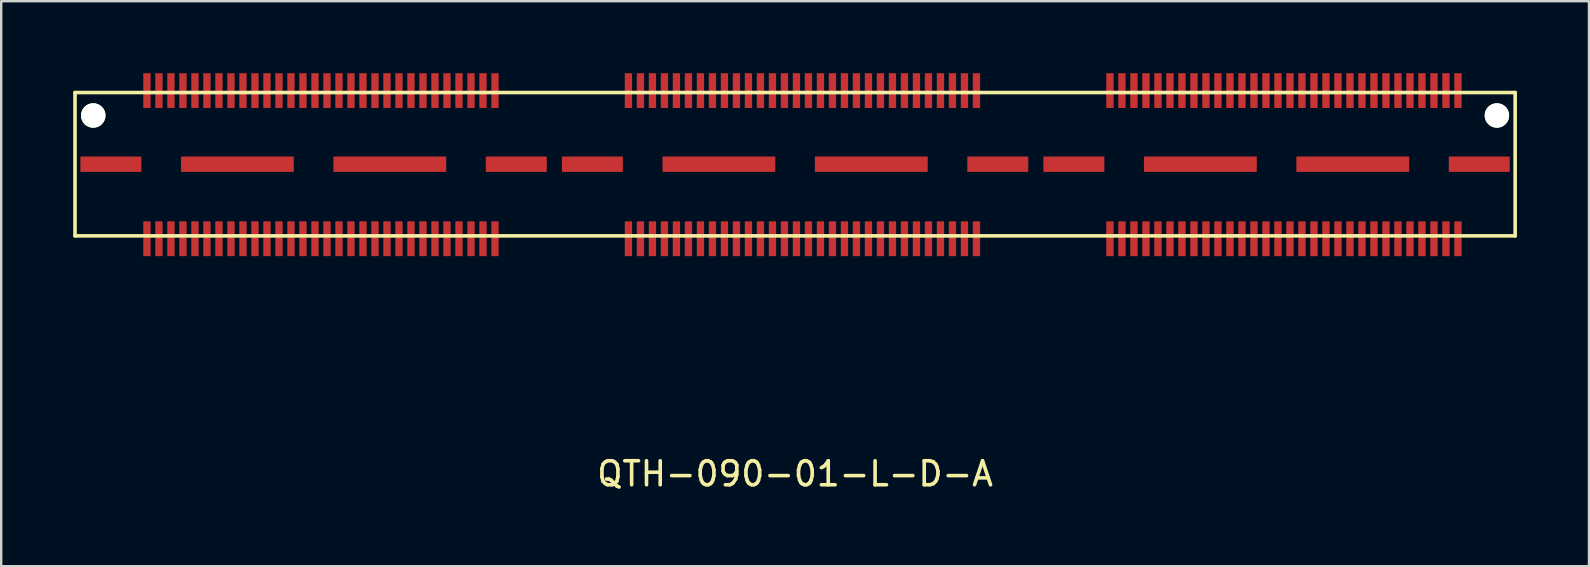
<source format=kicad_pcb>
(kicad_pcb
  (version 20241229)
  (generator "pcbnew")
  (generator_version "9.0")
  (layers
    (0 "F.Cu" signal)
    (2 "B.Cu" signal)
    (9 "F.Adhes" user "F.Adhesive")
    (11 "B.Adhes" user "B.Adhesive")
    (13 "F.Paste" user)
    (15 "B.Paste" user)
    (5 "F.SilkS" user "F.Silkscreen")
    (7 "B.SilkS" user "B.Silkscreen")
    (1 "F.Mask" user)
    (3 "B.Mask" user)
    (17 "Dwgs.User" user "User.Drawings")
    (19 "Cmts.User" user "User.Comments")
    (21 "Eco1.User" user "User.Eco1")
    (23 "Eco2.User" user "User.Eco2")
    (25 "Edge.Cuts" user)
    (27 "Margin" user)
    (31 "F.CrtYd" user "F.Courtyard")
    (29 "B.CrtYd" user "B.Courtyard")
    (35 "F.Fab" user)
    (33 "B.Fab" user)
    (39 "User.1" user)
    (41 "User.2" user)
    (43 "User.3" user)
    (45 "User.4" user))
  (footprint "QTH-090-01-L-D-A"
    (layer "F.Cu")
    (at 30.075 3.791)
    (property "Reference" "QTH-090-01-L-D-A" (at 0 12.9 0) (layer "F.SilkS") (effects (font (size 1 1) (thickness 0.15))))
    (attr through_hole)
    (fp_line (start -30 -2.985) (end -30 2.985) (stroke (width 0.15) (type solid)) (layer "F.SilkS"))
    (fp_line (start -30 2.985) (end 30 2.985) (stroke (width 0.15) (type solid)) (layer "F.SilkS"))
    (fp_line (start 30 -2.985) (end -30 -2.985) (stroke (width 0.15) (type solid)) (layer "F.SilkS"))
    (fp_line (start 30 2.985) (end 30 -2.985) (stroke (width 0.15) (type solid)) (layer "F.SilkS"))
    (pad "" np_thru_hole circle (at -29.24 -2.03) (size 1.02 1.02) (drill 1.02) (layers "*.Cu" "*.Mask" "F.SilkS"))
    (pad "" np_thru_hole circle (at 29.24 -2.03) (size 1.02 1.02) (drill 1.02) (layers "*.Cu" "*.Mask" "F.SilkS"))
    (pad "1" smd rect (at -27.003 -3.066) (size 0.305 1.45) (layers "F.Cu" "F.Mask" "F.Paste"))
    (pad "2" smd rect (at -27.003 3.106) (size 0.305 1.45) (layers "F.Cu" "F.Mask" "F.Paste"))
    (pad "3" smd rect (at -26.503 -3.066) (size 0.305 1.45) (layers "F.Cu" "F.Mask" "F.Paste"))
    (pad "4" smd rect (at -26.503 3.106) (size 0.305 1.45) (layers "F.Cu" "F.Mask" "F.Paste"))
    (pad "5" smd rect (at -25.503 -3.066) (size 0.305 1.45) (layers "F.Cu" "F.Mask" "F.Paste"))
    (pad "6" smd rect (at -25.503 3.106) (size 0.305 1.45) (layers "F.Cu" "F.Mask" "F.Paste"))
    (pad "7" smd rect (at -25.003 -3.066) (size 0.305 1.45) (layers "F.Cu" "F.Mask" "F.Paste"))
    (pad "8" smd rect (at -25.003 3.106) (size 0.305 1.45) (layers "F.Cu" "F.Mask" "F.Paste"))
    (pad "9" smd rect (at -24.003 -3.066) (size 0.305 1.45) (layers "F.Cu" "F.Mask" "F.Paste"))
    (pad "10" smd rect (at -24.003 3.106) (size 0.305 1.45) (layers "F.Cu" "F.Mask" "F.Paste"))
    (pad "11" smd rect (at -23.503 -3.066) (size 0.305 1.45) (layers "F.Cu" "F.Mask" "F.Paste"))
    (pad "12" smd rect (at -23.503 3.106) (size 0.305 1.45) (layers "F.Cu" "F.Mask" "F.Paste"))
    (pad "13" smd rect (at -22.503 -3.066) (size 0.305 1.45) (layers "F.Cu" "F.Mask" "F.Paste"))
    (pad "14" smd rect (at -22.503 3.106) (size 0.305 1.45) (layers "F.Cu" "F.Mask" "F.Paste"))
    (pad "15" smd rect (at -22.003 -3.066) (size 0.305 1.45) (layers "F.Cu" "F.Mask" "F.Paste"))
    (pad "16" smd rect (at -22.003 3.106) (size 0.305 1.45) (layers "F.Cu" "F.Mask" "F.Paste"))
    (pad "17" smd rect (at -21.003 -3.066) (size 0.305 1.45) (layers "F.Cu" "F.Mask" "F.Paste"))
    (pad "18" smd rect (at -21.003 3.106) (size 0.305 1.45) (layers "F.Cu" "F.Mask" "F.Paste"))
    (pad "19" smd rect (at -20.503 -3.066) (size 0.305 1.45) (layers "F.Cu" "F.Mask" "F.Paste"))
    (pad "20" smd rect (at -20.503 3.106) (size 0.305 1.45) (layers "F.Cu" "F.Mask" "F.Paste"))
    (pad "21" smd rect (at -19.503 -3.066) (size 0.305 1.45) (layers "F.Cu" "F.Mask" "F.Paste"))
    (pad "22" smd rect (at -19.503 3.106) (size 0.305 1.45) (layers "F.Cu" "F.Mask" "F.Paste"))
    (pad "23" smd rect (at -19.003 -3.066) (size 0.305 1.45) (layers "F.Cu" "F.Mask" "F.Paste"))
    (pad "24" smd rect (at -19.003 3.106) (size 0.305 1.45) (layers "F.Cu" "F.Mask" "F.Paste"))
    (pad "25" smd rect (at -18.003 -3.066) (size 0.305 1.45) (layers "F.Cu" "F.Mask" "F.Paste"))
    (pad "26" smd rect (at -18.003 3.106) (size 0.305 1.45) (layers "F.Cu" "F.Mask" "F.Paste"))
    (pad "27" smd rect (at -17.503 -3.066) (size 0.305 1.45) (layers "F.Cu" "F.Mask" "F.Paste"))
    (pad "28" smd rect (at -17.503 3.106) (size 0.305 1.45) (layers "F.Cu" "F.Mask" "F.Paste"))
    (pad "29" smd rect (at -16.503 -3.066) (size 0.305 1.45) (layers "F.Cu" "F.Mask" "F.Paste"))
    (pad "30" smd rect (at -16.503 3.106) (size 0.305 1.45) (layers "F.Cu" "F.Mask" "F.Paste"))
    (pad "31" smd rect (at -16.003 -3.066) (size 0.305 1.45) (layers "F.Cu" "F.Mask" "F.Paste"))
    (pad "32" smd rect (at -16.003 3.106) (size 0.305 1.45) (layers "F.Cu" "F.Mask" "F.Paste"))
    (pad "33" smd rect (at -15.003 -3.066) (size 0.305 1.45) (layers "F.Cu" "F.Mask" "F.Paste"))
    (pad "34" smd rect (at -15.003 3.106) (size 0.305 1.45) (layers "F.Cu" "F.Mask" "F.Paste"))
    (pad "35" smd rect (at -14.503 -3.066) (size 0.305 1.45) (layers "F.Cu" "F.Mask" "F.Paste"))
    (pad "36" smd rect (at -14.503 3.106) (size 0.305 1.45) (layers "F.Cu" "F.Mask" "F.Paste"))
    (pad "37" smd rect (at -13.503 -3.066) (size 0.305 1.45) (layers "F.Cu" "F.Mask" "F.Paste"))
    (pad "38" smd rect (at -13.503 3.106) (size 0.305 1.45) (layers "F.Cu" "F.Mask" "F.Paste"))
    (pad "39" smd rect (at -13.003 -3.066) (size 0.305 1.45) (layers "F.Cu" "F.Mask" "F.Paste"))
    (pad "40" smd rect (at -13.003 3.106) (size 0.305 1.45) (layers "F.Cu" "F.Mask" "F.Paste"))
    (pad "41" smd rect (at -6.943 -3.066) (size 0.305 1.45) (layers "F.Cu" "F.Mask" "F.Paste"))
    (pad "42" smd rect (at -6.943 3.106) (size 0.305 1.45) (layers "F.Cu" "F.Mask" "F.Paste"))
    (pad "43" smd rect (at -6.443 -3.066) (size 0.305 1.45) (layers "F.Cu" "F.Mask" "F.Paste"))
    (pad "44" smd rect (at -6.443 3.106) (size 0.305 1.45) (layers "F.Cu" "F.Mask" "F.Paste"))
    (pad "45" smd rect (at -5.943 -3.066) (size 0.305 1.45) (layers "F.Cu" "F.Mask" "F.Paste"))
    (pad "46" smd rect (at -5.943 3.106) (size 0.305 1.45) (layers "F.Cu" "F.Mask" "F.Paste"))
    (pad "47" smd rect (at -5.443 -3.066) (size 0.305 1.45) (layers "F.Cu" "F.Mask" "F.Paste"))
    (pad "48" smd rect (at -5.443 3.106) (size 0.305 1.45) (layers "F.Cu" "F.Mask" "F.Paste"))
    (pad "49" smd rect (at -4.943 -3.066) (size 0.305 1.45) (layers "F.Cu" "F.Mask" "F.Paste"))
    (pad "50" smd rect (at -4.943 3.106) (size 0.305 1.45) (layers "F.Cu" "F.Mask" "F.Paste"))
    (pad "51" smd rect (at -4.443 -3.066) (size 0.305 1.45) (layers "F.Cu" "F.Mask" "F.Paste"))
    (pad "52" smd rect (at -4.443 3.106) (size 0.305 1.45) (layers "F.Cu" "F.Mask" "F.Paste"))
    (pad "53" smd rect (at -3.943 -3.066) (size 0.305 1.45) (layers "F.Cu" "F.Mask" "F.Paste"))
    (pad "54" smd rect (at -3.943 3.106) (size 0.305 1.45) (layers "F.Cu" "F.Mask" "F.Paste"))
    (pad "55" smd rect (at -3.443 -3.066) (size 0.305 1.45) (layers "F.Cu" "F.Mask" "F.Paste"))
    (pad "56" smd rect (at -3.443 3.106) (size 0.305 1.45) (layers "F.Cu" "F.Mask" "F.Paste"))
    (pad "57" smd rect (at -2.943 -3.066) (size 0.305 1.45) (layers "F.Cu" "F.Mask" "F.Paste"))
    (pad "58" smd rect (at -2.943 3.106) (size 0.305 1.45) (layers "F.Cu" "F.Mask" "F.Paste"))
    (pad "59" smd rect (at -2.443 -3.066) (size 0.305 1.45) (layers "F.Cu" "F.Mask" "F.Paste"))
    (pad "60" smd rect (at -2.443 3.106) (size 0.305 1.45) (layers "F.Cu" "F.Mask" "F.Paste"))
    (pad "61" smd rect (at -1.943 -3.066) (size 0.305 1.45) (layers "F.Cu" "F.Mask" "F.Paste"))
    (pad "62" smd rect (at -1.943 3.106) (size 0.305 1.45) (layers "F.Cu" "F.Mask" "F.Paste"))
    (pad "63" smd rect (at -1.443 -3.066) (size 0.305 1.45) (layers "F.Cu" "F.Mask" "F.Paste"))
    (pad "64" smd rect (at -1.443 3.106) (size 0.305 1.45) (layers "F.Cu" "F.Mask" "F.Paste"))
    (pad "65" smd rect (at -0.943 -3.066) (size 0.305 1.45) (layers "F.Cu" "F.Mask" "F.Paste"))
    (pad "66" smd rect (at -0.943 3.106) (size 0.305 1.45) (layers "F.Cu" "F.Mask" "F.Paste"))
    (pad "67" smd rect (at -0.443 -3.066) (size 0.305 1.45) (layers "F.Cu" "F.Mask" "F.Paste"))
    (pad "68" smd rect (at -0.443 3.106) (size 0.305 1.45) (layers "F.Cu" "F.Mask" "F.Paste"))
    (pad "69" smd rect (at 0.057 -3.066) (size 0.305 1.45) (layers "F.Cu" "F.Mask" "F.Paste"))
    (pad "70" smd rect (at 0.057 3.106) (size 0.305 1.45) (layers "F.Cu" "F.Mask" "F.Paste"))
    (pad "71" smd rect (at 0.557 -3.066) (size 0.305 1.45) (layers "F.Cu" "F.Mask" "F.Paste"))
    (pad "72" smd rect (at 0.557 3.106) (size 0.305 1.45) (layers "F.Cu" "F.Mask" "F.Paste"))
    (pad "73" smd rect (at 1.057 -3.066) (size 0.305 1.45) (layers "F.Cu" "F.Mask" "F.Paste"))
    (pad "74" smd rect (at 1.057 3.106) (size 0.305 1.45) (layers "F.Cu" "F.Mask" "F.Paste"))
    (pad "75" smd rect (at 1.557 -3.066) (size 0.305 1.45) (layers "F.Cu" "F.Mask" "F.Paste"))
    (pad "76" smd rect (at 1.557 3.106) (size 0.305 1.45) (layers "F.Cu" "F.Mask" "F.Paste"))
    (pad "77" smd rect (at 2.057 -3.066) (size 0.305 1.45) (layers "F.Cu" "F.Mask" "F.Paste"))
    (pad "78" smd rect (at 2.057 3.106) (size 0.305 1.45) (layers "F.Cu" "F.Mask" "F.Paste"))
    (pad "79" smd rect (at 2.557 -3.066) (size 0.305 1.45) (layers "F.Cu" "F.Mask" "F.Paste"))
    (pad "80" smd rect (at 2.557 3.106) (size 0.305 1.45) (layers "F.Cu" "F.Mask" "F.Paste"))
    (pad "81" smd rect (at 3.057 -3.066) (size 0.305 1.45) (layers "F.Cu" "F.Mask" "F.Paste"))
    (pad "82" smd rect (at 3.057 3.106) (size 0.305 1.45) (layers "F.Cu" "F.Mask" "F.Paste"))
    (pad "83" smd rect (at 3.557 -3.066) (size 0.305 1.45) (layers "F.Cu" "F.Mask" "F.Paste"))
    (pad "84" smd rect (at 3.557 3.106) (size 0.305 1.45) (layers "F.Cu" "F.Mask" "F.Paste"))
    (pad "85" smd rect (at 4.057 -3.066) (size 0.305 1.45) (layers "F.Cu" "F.Mask" "F.Paste"))
    (pad "86" smd rect (at 4.057 3.106) (size 0.305 1.45) (layers "F.Cu" "F.Mask" "F.Paste"))
    (pad "87" smd rect (at 4.557 -3.066) (size 0.305 1.45) (layers "F.Cu" "F.Mask" "F.Paste"))
    (pad "88" smd rect (at 4.557 3.106) (size 0.305 1.45) (layers "F.Cu" "F.Mask" "F.Paste"))
    (pad "89" smd rect (at 5.057 -3.066) (size 0.305 1.45) (layers "F.Cu" "F.Mask" "F.Paste"))
    (pad "90" smd rect (at 5.057 3.106) (size 0.305 1.45) (layers "F.Cu" "F.Mask" "F.Paste"))
    (pad "91" smd rect (at 5.557 -3.066) (size 0.305 1.45) (layers "F.Cu" "F.Mask" "F.Paste"))
    (pad "92" smd rect (at 5.557 3.106) (size 0.305 1.45) (layers "F.Cu" "F.Mask" "F.Paste"))
    (pad "93" smd rect (at 6.057 -3.066) (size 0.305 1.45) (layers "F.Cu" "F.Mask" "F.Paste"))
    (pad "94" smd rect (at 6.057 3.106) (size 0.305 1.45) (layers "F.Cu" "F.Mask" "F.Paste"))
    (pad "95" smd rect (at 6.557 -3.066) (size 0.305 1.45) (layers "F.Cu" "F.Mask" "F.Paste"))
    (pad "96" smd rect (at 6.557 3.106) (size 0.305 1.45) (layers "F.Cu" "F.Mask" "F.Paste"))
    (pad "97" smd rect (at 7.057 -3.066) (size 0.305 1.45) (layers "F.Cu" "F.Mask" "F.Paste"))
    (pad "98" smd rect (at 7.057 3.106) (size 0.305 1.45) (layers "F.Cu" "F.Mask" "F.Paste"))
    (pad "99" smd rect (at 7.557 -3.066) (size 0.305 1.45) (layers "F.Cu" "F.Mask" "F.Paste"))
    (pad "100" smd rect (at 7.557 3.106) (size 0.305 1.45) (layers "F.Cu" "F.Mask" "F.Paste"))
    (pad "101" smd rect (at 13.117 -3.066) (size 0.305 1.45) (layers "F.Cu" "F.Mask" "F.Paste"))
    (pad "102" smd rect (at 13.117 3.106) (size 0.305 1.45) (layers "F.Cu" "F.Mask" "F.Paste"))
    (pad "103" smd rect (at 13.617 -3.066) (size 0.305 1.45) (layers "F.Cu" "F.Mask" "F.Paste"))
    (pad "104" smd rect (at 13.617 3.106) (size 0.305 1.45) (layers "F.Cu" "F.Mask" "F.Paste"))
    (pad "105" smd rect (at 14.117 -3.066) (size 0.305 1.45) (layers "F.Cu" "F.Mask" "F.Paste"))
    (pad "106" smd rect (at 14.117 3.106) (size 0.305 1.45) (layers "F.Cu" "F.Mask" "F.Paste"))
    (pad "107" smd rect (at 14.617 -3.066) (size 0.305 1.45) (layers "F.Cu" "F.Mask" "F.Paste"))
    (pad "108" smd rect (at 14.617 3.106) (size 0.305 1.45) (layers "F.Cu" "F.Mask" "F.Paste"))
    (pad "109" smd rect (at 15.117 -3.066) (size 0.305 1.45) (layers "F.Cu" "F.Mask" "F.Paste"))
    (pad "110" smd rect (at 15.117 3.106) (size 0.305 1.45) (layers "F.Cu" "F.Mask" "F.Paste"))
    (pad "111" smd rect (at 15.617 -3.066) (size 0.305 1.45) (layers "F.Cu" "F.Mask" "F.Paste"))
    (pad "112" smd rect (at 15.617 3.106) (size 0.305 1.45) (layers "F.Cu" "F.Mask" "F.Paste"))
    (pad "113" smd rect (at 16.117 -3.066) (size 0.305 1.45) (layers "F.Cu" "F.Mask" "F.Paste"))
    (pad "114" smd rect (at 16.117 3.106) (size 0.305 1.45) (layers "F.Cu" "F.Mask" "F.Paste"))
    (pad "115" smd rect (at 16.617 -3.066) (size 0.305 1.45) (layers "F.Cu" "F.Mask" "F.Paste"))
    (pad "116" smd rect (at 16.617 3.106) (size 0.305 1.45) (layers "F.Cu" "F.Mask" "F.Paste"))
    (pad "117" smd rect (at 17.117 -3.066) (size 0.305 1.45) (layers "F.Cu" "F.Mask" "F.Paste"))
    (pad "118" smd rect (at 17.117 3.106) (size 0.305 1.45) (layers "F.Cu" "F.Mask" "F.Paste"))
    (pad "119" smd rect (at 17.617 -3.066) (size 0.305 1.45) (layers "F.Cu" "F.Mask" "F.Paste"))
    (pad "120" smd rect (at 17.617 3.106) (size 0.305 1.45) (layers "F.Cu" "F.Mask" "F.Paste"))
    (pad "121" smd rect (at 18.117 -3.066) (size 0.305 1.45) (layers "F.Cu" "F.Mask" "F.Paste"))
    (pad "122" smd rect (at 18.117 3.106) (size 0.305 1.45) (layers "F.Cu" "F.Mask" "F.Paste"))
    (pad "123" smd rect (at 18.617 -3.066) (size 0.305 1.45) (layers "F.Cu" "F.Mask" "F.Paste"))
    (pad "124" smd rect (at 18.617 3.106) (size 0.305 1.45) (layers "F.Cu" "F.Mask" "F.Paste"))
    (pad "125" smd rect (at 19.117 -3.066) (size 0.305 1.45) (layers "F.Cu" "F.Mask" "F.Paste"))
    (pad "126" smd rect (at 19.117 3.106) (size 0.305 1.45) (layers "F.Cu" "F.Mask" "F.Paste"))
    (pad "127" smd rect (at 19.617 -3.066) (size 0.305 1.45) (layers "F.Cu" "F.Mask" "F.Paste"))
    (pad "128" smd rect (at 19.617 3.106) (size 0.305 1.45) (layers "F.Cu" "F.Mask" "F.Paste"))
    (pad "129" smd rect (at 20.117 -3.066) (size 0.305 1.45) (layers "F.Cu" "F.Mask" "F.Paste"))
    (pad "130" smd rect (at 20.117 3.106) (size 0.305 1.45) (layers "F.Cu" "F.Mask" "F.Paste"))
    (pad "131" smd rect (at 20.617 -3.066) (size 0.305 1.45) (layers "F.Cu" "F.Mask" "F.Paste"))
    (pad "132" smd rect (at 20.617 3.106) (size 0.305 1.45) (layers "F.Cu" "F.Mask" "F.Paste"))
    (pad "133" smd rect (at 21.117 -3.066) (size 0.305 1.45) (layers "F.Cu" "F.Mask" "F.Paste"))
    (pad "134" smd rect (at 21.117 3.106) (size 0.305 1.45) (layers "F.Cu" "F.Mask" "F.Paste"))
    (pad "135" smd rect (at 21.617 -3.066) (size 0.305 1.45) (layers "F.Cu" "F.Mask" "F.Paste"))
    (pad "136" smd rect (at 21.617 3.106) (size 0.305 1.45) (layers "F.Cu" "F.Mask" "F.Paste"))
    (pad "137" smd rect (at 22.117 -3.066) (size 0.305 1.45) (layers "F.Cu" "F.Mask" "F.Paste"))
    (pad "138" smd rect (at 22.117 3.106) (size 0.305 1.45) (layers "F.Cu" "F.Mask" "F.Paste"))
    (pad "139" smd rect (at 22.617 -3.066) (size 0.305 1.45) (layers "F.Cu" "F.Mask" "F.Paste"))
    (pad "140" smd rect (at 22.617 3.106) (size 0.305 1.45) (layers "F.Cu" "F.Mask" "F.Paste"))
    (pad "141" smd rect (at 23.117 -3.066) (size 0.305 1.45) (layers "F.Cu" "F.Mask" "F.Paste"))
    (pad "142" smd rect (at 23.117 3.106) (size 0.305 1.45) (layers "F.Cu" "F.Mask" "F.Paste"))
    (pad "143" smd rect (at 23.617 -3.066) (size 0.305 1.45) (layers "F.Cu" "F.Mask" "F.Paste"))
    (pad "144" smd rect (at 23.617 3.106) (size 0.305 1.45) (layers "F.Cu" "F.Mask" "F.Paste"))
    (pad "145" smd rect (at 24.117 -3.066) (size 0.305 1.45) (layers "F.Cu" "F.Mask" "F.Paste"))
    (pad "146" smd rect (at 24.117 3.106) (size 0.305 1.45) (layers "F.Cu" "F.Mask" "F.Paste"))
    (pad "147" smd rect (at 24.617 -3.066) (size 0.305 1.45) (layers "F.Cu" "F.Mask" "F.Paste"))
    (pad "148" smd rect (at 24.617 3.106) (size 0.305 1.45) (layers "F.Cu" "F.Mask" "F.Paste"))
    (pad "149" smd rect (at 25.117 -3.066) (size 0.305 1.45) (layers "F.Cu" "F.Mask" "F.Paste"))
    (pad "150" smd rect (at 25.117 3.106) (size 0.305 1.45) (layers "F.Cu" "F.Mask" "F.Paste"))
    (pad "151" smd rect (at 25.617 -3.066) (size 0.305 1.45) (layers "F.Cu" "F.Mask" "F.Paste"))
    (pad "152" smd rect (at 25.617 3.106) (size 0.305 1.45) (layers "F.Cu" "F.Mask" "F.Paste"))
    (pad "153" smd rect (at 26.117 -3.066) (size 0.305 1.45) (layers "F.Cu" "F.Mask" "F.Paste"))
    (pad "154" smd rect (at 26.117 3.106) (size 0.305 1.45) (layers "F.Cu" "F.Mask" "F.Paste"))
    (pad "155" smd rect (at 26.617 -3.066) (size 0.305 1.45) (layers "F.Cu" "F.Mask" "F.Paste"))
    (pad "156" smd rect (at 26.617 3.106) (size 0.305 1.45) (layers "F.Cu" "F.Mask" "F.Paste"))
    (pad "157" smd rect (at 27.117 -3.066) (size 0.305 1.45) (layers "F.Cu" "F.Mask" "F.Paste"))
    (pad "158" smd rect (at 27.117 3.106) (size 0.305 1.45) (layers "F.Cu" "F.Mask" "F.Paste"))
    (pad "159" smd rect (at 27.617 -3.066) (size 0.305 1.45) (layers "F.Cu" "F.Mask" "F.Paste"))
    (pad "160" smd rect (at 27.617 3.106) (size 0.305 1.45) (layers "F.Cu" "F.Mask" "F.Paste"))
    (pad "161" smd rect (at -28.505 0) (size 2.54 0.64) (layers "F.Cu" "F.Mask" "F.Paste"))
    (pad "162" smd rect (at -23.235 0) (size 4.7 0.64) (layers "F.Cu" "F.Mask" "F.Paste"))
    (pad "163" smd rect (at -16.885 0) (size 4.7 0.64) (layers "F.Cu" "F.Mask" "F.Paste"))
    (pad "164" smd rect (at -11.615 0) (size 2.54 0.64) (layers "F.Cu" "F.Mask" "F.Paste"))
    (pad "165" smd rect (at -8.445 0) (size 2.54 0.64) (layers "F.Cu" "F.Mask" "F.Paste"))
    (pad "166" smd rect (at -3.175 0) (size 4.7 0.64) (layers "F.Cu" "F.Mask" "F.Paste"))
    (pad "167" smd rect (at 3.175 0) (size 4.7 0.64) (layers "F.Cu" "F.Mask" "F.Paste"))
    (pad "168" smd rect (at 8.445 0) (size 2.54 0.64) (layers "F.Cu" "F.Mask" "F.Paste"))
    (pad "169" smd rect (at 11.615 0) (size 2.54 0.64) (layers "F.Cu" "F.Mask" "F.Paste"))
    (pad "170" smd rect (at 16.885 0) (size 4.7 0.64) (layers "F.Cu" "F.Mask" "F.Paste"))
    (pad "171" smd rect (at 23.235 0) (size 4.7 0.64) (layers "F.Cu" "F.Mask" "F.Paste"))
    (pad "172" smd rect (at 28.505 0) (size 2.54 0.64) (layers "F.Cu" "F.Mask" "F.Paste"))
    (pad "173" smd rect (at -26.003 -3.066) (size 0.305 1.45) (layers "F.Cu" "F.Mask" "F.Paste"))
    (pad "174" smd rect (at -26.003 3.106) (size 0.305 1.45) (layers "F.Cu" "F.Mask" "F.Paste"))
    (pad "175" smd rect (at -24.503 -3.066) (size 0.305 1.45) (layers "F.Cu" "F.Mask" "F.Paste"))
    (pad "176" smd rect (at -24.503 3.106) (size 0.305 1.45) (layers "F.Cu" "F.Mask" "F.Paste"))
    (pad "177" smd rect (at -23.003 -3.066) (size 0.305 1.45) (layers "F.Cu" "F.Mask" "F.Paste"))
    (pad "178" smd rect (at -23.003 3.106) (size 0.305 1.45) (layers "F.Cu" "F.Mask" "F.Paste"))
    (pad "179" smd rect (at -21.503 -3.066) (size 0.305 1.45) (layers "F.Cu" "F.Mask" "F.Paste"))
    (pad "180" smd rect (at -21.503 3.106) (size 0.305 1.45) (layers "F.Cu" "F.Mask" "F.Paste"))
    (pad "181" smd rect (at -20.003 -3.066) (size 0.305 1.45) (layers "F.Cu" "F.Mask" "F.Paste"))
    (pad "182" smd rect (at -20.003 3.106) (size 0.305 1.45) (layers "F.Cu" "F.Mask" "F.Paste"))
    (pad "183" smd rect (at -18.503 -3.066) (size 0.305 1.45) (layers "F.Cu" "F.Mask" "F.Paste"))
    (pad "184" smd rect (at -18.503 3.106) (size 0.305 1.45) (layers "F.Cu" "F.Mask" "F.Paste"))
    (pad "185" smd rect (at -17.003 -3.066) (size 0.305 1.45) (layers "F.Cu" "F.Mask" "F.Paste"))
    (pad "186" smd rect (at -17.003 3.106) (size 0.305 1.45) (layers "F.Cu" "F.Mask" "F.Paste"))
    (pad "187" smd rect (at -15.503 -3.066) (size 0.305 1.45) (layers "F.Cu" "F.Mask" "F.Paste"))
    (pad "188" smd rect (at -15.503 3.106) (size 0.305 1.45) (layers "F.Cu" "F.Mask" "F.Paste"))
    (pad "189" smd rect (at -14.003 -3.066) (size 0.305 1.45) (layers "F.Cu" "F.Mask" "F.Paste"))
    (pad "190" smd rect (at -14.003 3.106) (size 0.305 1.45) (layers "F.Cu" "F.Mask" "F.Paste"))
    (pad "191" smd rect (at -12.503 -3.066) (size 0.305 1.45) (layers "F.Cu" "F.Mask" "F.Paste"))
    (pad "192" smd rect (at -12.503 3.106) (size 0.305 1.45) (layers "F.Cu" "F.Mask" "F.Paste")))
  (gr_rect
    (start -3 -3)
    (end 63.15 20.539)
    (stroke (width 0.1) (type default))
    (fill no)
    (layer "Edge.Cuts")))
</source>
